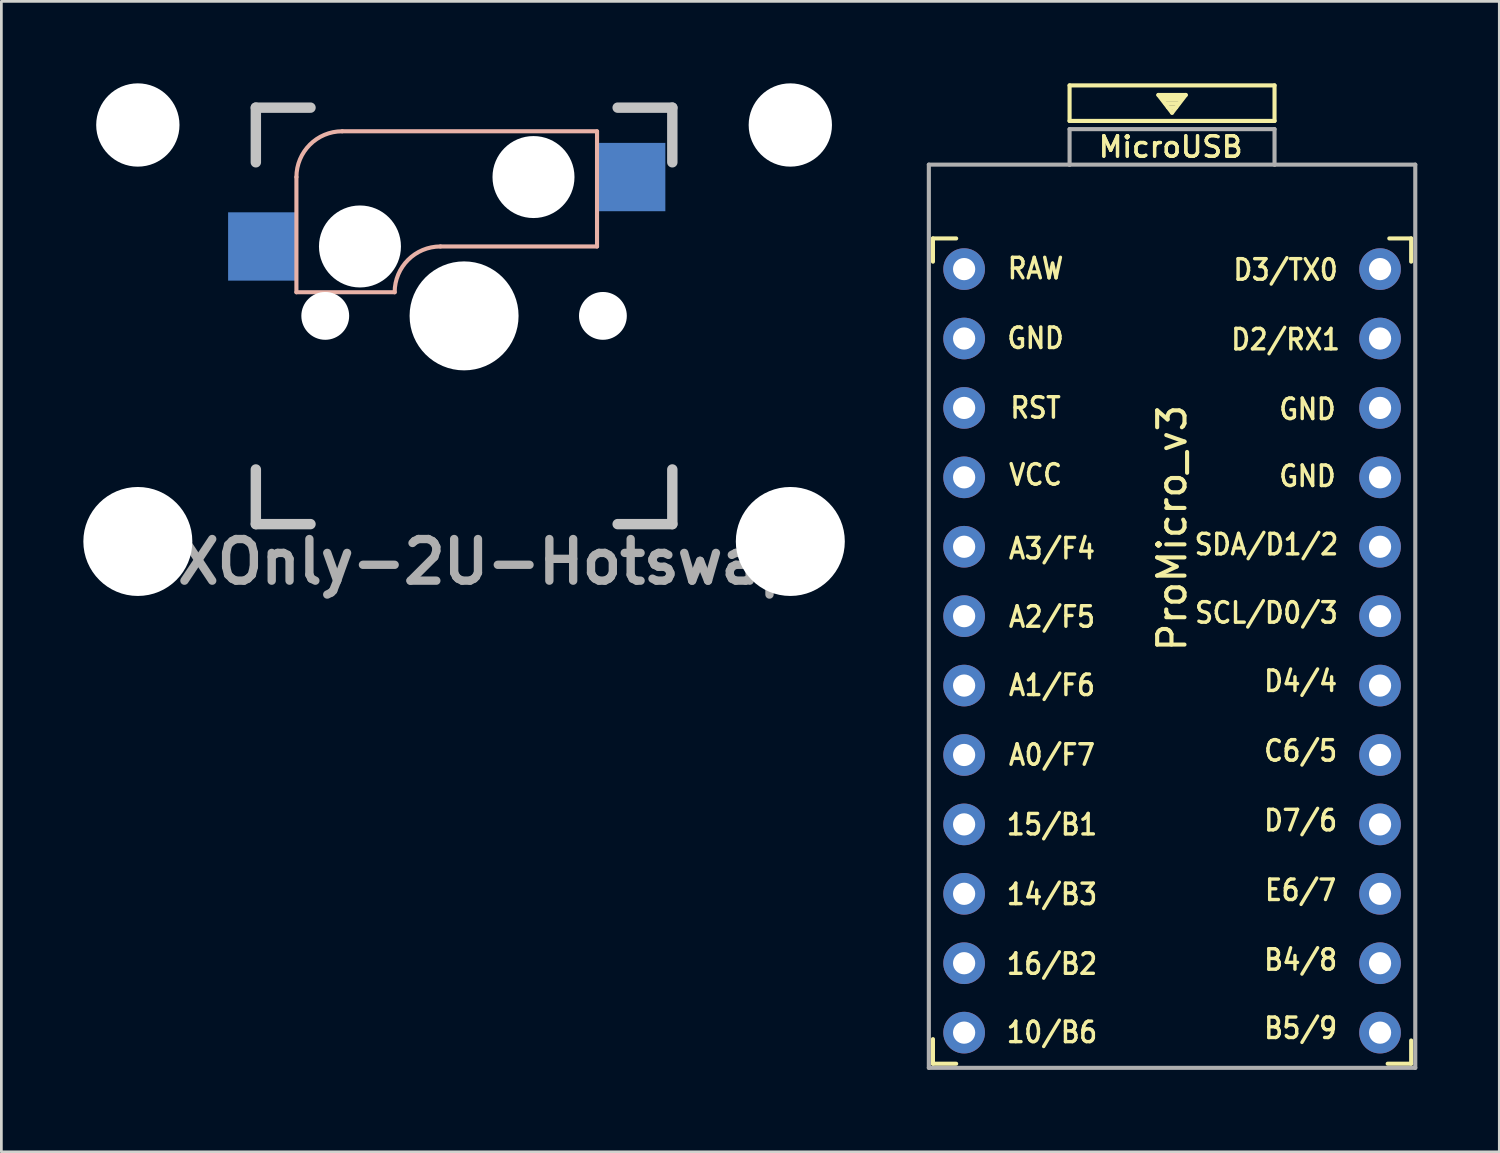
<source format=kicad_pcb>
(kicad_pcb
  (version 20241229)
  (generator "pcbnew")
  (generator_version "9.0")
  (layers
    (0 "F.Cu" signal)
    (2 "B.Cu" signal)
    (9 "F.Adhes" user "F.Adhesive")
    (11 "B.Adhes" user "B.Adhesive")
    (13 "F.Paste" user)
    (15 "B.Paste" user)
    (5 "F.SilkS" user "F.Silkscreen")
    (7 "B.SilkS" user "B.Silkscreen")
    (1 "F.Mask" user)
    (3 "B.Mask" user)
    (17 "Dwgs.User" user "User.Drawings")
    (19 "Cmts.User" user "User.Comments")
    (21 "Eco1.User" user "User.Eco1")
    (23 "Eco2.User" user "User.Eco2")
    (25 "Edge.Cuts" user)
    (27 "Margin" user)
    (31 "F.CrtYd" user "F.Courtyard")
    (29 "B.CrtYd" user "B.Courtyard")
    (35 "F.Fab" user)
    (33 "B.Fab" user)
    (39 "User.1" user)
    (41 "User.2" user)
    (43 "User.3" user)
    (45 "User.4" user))
  (footprint "MXOnly-2U-Hotswap"
    (layer "F.Cu")
    (at 13.932 8.509)
    (property "Reference" "MXOnly-2U-Hotswap" (at 0 9 0) (layer "F.Fab") (effects (font (size 1.524 1.524) (thickness 0.305))))
    (attr smd)
    (fp_line (start -6.135 -5.08) (end -6.135 -0.865) (stroke (width 0.15) (type solid)) (layer "B.SilkS"))
    (fp_line (start -6.135 -0.865) (end -2.54 -0.865) (stroke (width 0.15) (type solid)) (layer "B.SilkS"))
    (fp_line (start -4.46 -6.755) (end 4.865 -6.755) (stroke (width 0.15) (type solid)) (layer "B.SilkS"))
    (fp_line (start -0.865 -2.54) (end 4.865 -2.54) (stroke (width 0.15) (type solid)) (layer "B.SilkS"))
    (fp_line (start 4.865 -6.75) (end 4.865 -2.54) (stroke (width 0.15) (type solid)) (layer "B.SilkS"))
    (fp_arc (start -6.135 -5.08) (mid -5.644404 -6.264404) (end -4.46 -6.755) (stroke (width 0.15) (type solid)) (layer "B.SilkS"))
    (fp_arc (start -2.54 -0.865) (mid -2.049404 -2.049404) (end -0.865 -2.54) (stroke (width 0.15) (type solid)) (layer "B.SilkS"))
    (fp_line (start -7.62 -7.62) (end -7.62 -5.62) (stroke (width 0.381) (type solid)) (layer "Dwgs.User"))
    (fp_line (start -7.62 5.62) (end -7.62 7.62) (stroke (width 0.381) (type solid)) (layer "Dwgs.User"))
    (fp_line (start -7.62 7.62) (end -5.62 7.62) (stroke (width 0.381) (type solid)) (layer "Dwgs.User"))
    (fp_line (start -5.62 -7.62) (end -7.62 -7.62) (stroke (width 0.381) (type solid)) (layer "Dwgs.User"))
    (fp_line (start 5.62 -7.62) (end 7.62 -7.62) (stroke (width 0.381) (type solid)) (layer "Dwgs.User"))
    (fp_line (start 5.62 7.62) (end 7.62 7.62) (stroke (width 0.381) (type solid)) (layer "Dwgs.User"))
    (fp_line (start 7.62 -7.62) (end 7.62 -5.62) (stroke (width 0.381) (type solid)) (layer "Dwgs.User"))
    (fp_line (start 7.62 7.62) (end 7.62 5.62) (stroke (width 0.381) (type solid)) (layer "Dwgs.User"))
    (pad "" np_thru_hole circle (at -11.938 -6.985) (size 3.048 3.048) (drill 3.048) (layers "*.Cu" "*.Mask"))
    (pad "" np_thru_hole circle (at -11.938 8.255) (size 3.988 3.988) (drill 3.988) (layers "*.Cu" "*.Mask"))
    (pad "" np_thru_hole circle (at -5.08 0 48.1) (size 1.75 1.75) (drill 1.75) (layers "*.Cu" "*.Mask"))
    (pad "" np_thru_hole circle (at -3.81 -2.54) (size 3 3) (drill 3) (layers "*.Cu" "*.Mask"))
    (pad "" np_thru_hole circle (at 0 0) (size 3.988 3.988) (drill 3.988) (layers "*.Cu" "*.Mask"))
    (pad "" np_thru_hole circle (at 2.54 -5.08) (size 3 3) (drill 3) (layers "*.Cu" "*.Mask"))
    (pad "" np_thru_hole circle (at 5.08 0 48.1) (size 1.75 1.75) (drill 1.75) (layers "*.Cu" "*.Mask"))
    (pad "" np_thru_hole circle (at 11.938 -6.985) (size 3.048 3.048) (drill 3.048) (layers "*.Cu" "*.Mask"))
    (pad "" np_thru_hole circle (at 11.938 8.255) (size 3.988 3.988) (drill 3.988) (layers "*.Cu" "*.Mask"))
    (pad "1" smd rect (at -7.36 -2.54) (size 2.55 2.5) (layers "B.Cu" "B.Mask" "B.Paste"))
    (pad "2" smd rect (at 6.09 -5.08) (size 2.55 2.5) (layers "B.Cu" "B.Mask" "B.Paste")))
  (footprint "ProMicro_v3"
    (layer "F.Cu")
    (at 39.839 21.275)
    (property "Reference" "ProMicro_v3" (at 0 -5 270) (layer "F.SilkS") (effects (font (size 1 1) (thickness 0.15))))
    (attr through_hole)
    (fp_line (start -8.75 -15.6) (end -8.75 -14.75) (stroke (width 0.15) (type solid)) (layer "F.SilkS"))
    (fp_line (start -8.75 -15.6) (end -7.9 -15.6) (stroke (width 0.15) (type solid)) (layer "F.SilkS"))
    (fp_line (start -8.75 13.7) (end -8.75 14.6) (stroke (width 0.15) (type solid)) (layer "F.SilkS"))
    (fp_line (start -8.75 14.6) (end -7.9 14.6) (stroke (width 0.15) (type solid)) (layer "F.SilkS"))
    (fp_line (start -3.75 -21.2) (end -3.75 -19.9) (stroke (width 0.15) (type solid)) (layer "F.SilkS"))
    (fp_line (start -3.75 -19.9) (end 3.75 -19.9) (stroke (width 0.15) (type solid)) (layer "F.SilkS"))
    (fp_line (start -0.5 -20.85) (end 0.5 -20.85) (stroke (width 0.15) (type solid)) (layer "F.SilkS"))
    (fp_line (start -0.35 -20.7) (end 0.35 -20.7) (stroke (width 0.15) (type solid)) (layer "F.SilkS"))
    (fp_line (start -0.25 -20.55) (end 0.25 -20.55) (stroke (width 0.15) (type solid)) (layer "F.SilkS"))
    (fp_line (start -0.15 -20.4) (end 0.15 -20.4) (stroke (width 0.15) (type solid)) (layer "F.SilkS"))
    (fp_line (start 0 -20.2) (end -0.5 -20.85) (stroke (width 0.15) (type solid)) (layer "F.SilkS"))
    (fp_line (start 0.5 -20.85) (end 0 -20.2) (stroke (width 0.15) (type solid)) (layer "F.SilkS"))
    (fp_line (start 3.75 -21.2) (end -3.75 -21.2) (stroke (width 0.15) (type solid)) (layer "F.SilkS"))
    (fp_line (start 3.75 -19.9) (end 3.75 -21.2) (stroke (width 0.15) (type solid)) (layer "F.SilkS"))
    (fp_line (start 8.75 -15.6) (end 7.95 -15.6) (stroke (width 0.15) (type solid)) (layer "F.SilkS"))
    (fp_line (start 8.75 -15.6) (end 8.75 -14.75) (stroke (width 0.15) (type solid)) (layer "F.SilkS"))
    (fp_line (start 8.75 13.75) (end 8.75 14.6) (stroke (width 0.15) (type solid)) (layer "F.SilkS"))
    (fp_line (start 8.75 14.6) (end 7.89 14.6) (stroke (width 0.15) (type solid)) (layer "F.SilkS"))
    (fp_line (start -8.9 -18.3) (end -3.75 -18.3) (stroke (width 0.15) (type solid)) (layer "F.Fab"))
    (fp_line (start -8.9 14.75) (end -8.9 -18.3) (stroke (width 0.15) (type solid)) (layer "F.Fab"))
    (fp_line (start -3.75 -19.6) (end -3.75 -18.299) (stroke (width 0.15) (type solid)) (layer "F.Fab"))
    (fp_line (start -3.75 -19.6) (end 3.75 -19.6) (stroke (width 0.15) (type solid)) (layer "F.Fab"))
    (fp_line (start -3.75 -18.3) (end 3.75 -18.3) (stroke (width 0.15) (type solid)) (layer "F.Fab"))
    (fp_line (start 3.75 -19.6) (end 3.75 -18.3) (stroke (width 0.15) (type solid)) (layer "F.Fab"))
    (fp_line (start 3.76 -18.3) (end 8.9 -18.3) (stroke (width 0.15) (type solid)) (layer "F.Fab"))
    (fp_line (start 8.9 -18.3) (end 8.9 14.75) (stroke (width 0.15) (type solid)) (layer "F.Fab"))
    (fp_line (start 8.9 14.75) (end -8.9 14.75) (stroke (width 0.15) (type solid)) (layer "F.Fab"))
    (fp_text user "D2/RX1" (at 4.155 -11.9 0) (unlocked yes) (layer "F.SilkS") (effects (font (size 0.75 0.67) (thickness 0.125))))
    (fp_text user "MicroUSB" (at -0.05 -18.95 0) (layer "F.SilkS") (effects (font (size 0.75 0.75) (thickness 0.12))))
    (fp_text user "C6/5" (at 4.705 3.15 0) (unlocked yes) (layer "F.SilkS") (effects (font (size 0.75 0.67) (thickness 0.125))))
    (fp_text user "15/B1" (at -4.395 5.85 0) (unlocked yes) (layer "F.SilkS") (effects (font (size 0.75 0.67) (thickness 0.125))))
    (fp_text user "RAW" (at -4.995 -14.5 0) (unlocked yes) (layer "F.SilkS") (effects (font (size 0.75 0.67) (thickness 0.125))))
    (fp_text user "VCC" (at -4.995 -6.95 0) (unlocked yes) (layer "F.SilkS") (effects (font (size 0.75 0.67) (thickness 0.125))))
    (fp_text user "16/B2" (at -4.395 10.95 0) (unlocked yes) (layer "F.SilkS") (effects (font (size 0.75 0.67) (thickness 0.125))))
    (fp_text user "E6/7" (at 4.705 8.25 0) (unlocked yes) (layer "F.SilkS") (effects (font (size 0.75 0.67) (thickness 0.125))))
    (fp_text user "GND" (at -4.995 -11.95 0) (unlocked yes) (layer "F.SilkS") (effects (font (size 0.75 0.67) (thickness 0.125))))
    (fp_text user "A1/F6" (at -4.395 0.75 0) (unlocked yes) (layer "F.SilkS") (effects (font (size 0.75 0.67) (thickness 0.125))))
    (fp_text user "A2/F5" (at -4.395 -1.75 0) (unlocked yes) (layer "F.SilkS") (effects (font (size 0.75 0.67) (thickness 0.125))))
    (fp_text user "MicroUSB" (at -0.05 -18.95 0) (layer "F.SilkS") (effects (font (size 0.75 0.75) (thickness 0.12))))
    (fp_text user "SDA/D1/2" (at 3.455 -4.4 0) (unlocked yes) (layer "F.SilkS") (effects (font (size 0.75 0.67) (thickness 0.125))))
    (fp_text user "D3/TX0" (at 4.155 -14.45 0) (unlocked yes) (layer "F.SilkS") (effects (font (size 0.75 0.67) (thickness 0.125))))
    (fp_text user "D7/6" (at 4.705 5.7 0) (unlocked yes) (layer "F.SilkS") (effects (font (size 0.75 0.67) (thickness 0.125))))
    (fp_text user "B5/9" (at 4.705 13.3 0) (unlocked yes) (layer "F.SilkS") (effects (font (size 0.75 0.67) (thickness 0.125))))
    (fp_text user "10/B6" (at -4.395 13.45 0) (unlocked yes) (layer "F.SilkS") (effects (font (size 0.75 0.67) (thickness 0.125))))
    (fp_text user "GND" (at 4.955 -9.35 0) (unlocked yes) (layer "F.SilkS") (effects (font (size 0.75 0.67) (thickness 0.125))))
    (fp_text user "GND" (at 4.955 -6.9 0) (unlocked yes) (layer "F.SilkS") (effects (font (size 0.75 0.67) (thickness 0.125))))
    (fp_text user "A3/F4" (at -4.395 -4.25 0) (unlocked yes) (layer "F.SilkS") (effects (font (size 0.75 0.67) (thickness 0.125))))
    (fp_text user "B4/8" (at 4.705 10.8 0) (unlocked yes) (layer "F.SilkS") (effects (font (size 0.75 0.67) (thickness 0.125))))
    (fp_text user "14/B3" (at -4.395 8.4 0) (unlocked yes) (layer "F.SilkS") (effects (font (size 0.75 0.67) (thickness 0.125))))
    (fp_text user "D4/4" (at 4.705 0.6 0) (unlocked yes) (layer "F.SilkS") (effects (font (size 0.75 0.67) (thickness 0.125))))
    (fp_text user "RST" (at -4.995 -9.4 0) (unlocked yes) (layer "F.SilkS") (effects (font (size 0.75 0.67) (thickness 0.125))))
    (fp_text user "A0/F7" (at -4.395 3.3 0) (unlocked yes) (layer "F.SilkS") (effects (font (size 0.75 0.67) (thickness 0.125))))
    (fp_text user "SCL/D0/3" (at 3.455 -1.9 0) (unlocked yes) (layer "F.SilkS") (effects (font (size 0.75 0.67) (thickness 0.125))))
    (pad "1" thru_hole circle (at 7.611 -14.478) (size 1.524 1.524) (drill 0.813) (layers "*.Cu" "B.Mask"))
    (pad "2" thru_hole circle (at 7.611 -11.938) (size 1.524 1.524) (drill 0.813) (layers "*.Cu" "B.Mask"))
    (pad "3" thru_hole circle (at 7.611 -9.398) (size 1.524 1.524) (drill 0.813) (layers "*.Cu" "B.Mask"))
    (pad "4" thru_hole circle (at 7.611 -6.858) (size 1.524 1.524) (drill 0.813) (layers "*.Cu" "B.Mask"))
    (pad "5" thru_hole circle (at 7.611 -4.318) (size 1.524 1.524) (drill 0.813) (layers "*.Cu" "B.Mask"))
    (pad "6" thru_hole circle (at 7.611 -1.778) (size 1.524 1.524) (drill 0.813) (layers "*.Cu" "B.Mask"))
    (pad "7" thru_hole circle (at 7.611 0.762) (size 1.524 1.524) (drill 0.813) (layers "*.Cu" "B.Mask"))
    (pad "8" thru_hole circle (at 7.611 3.302) (size 1.524 1.524) (drill 0.813) (layers "*.Cu" "B.Mask"))
    (pad "9" thru_hole circle (at 7.611 5.842) (size 1.524 1.524) (drill 0.813) (layers "*.Cu" "B.Mask"))
    (pad "10" thru_hole circle (at 7.611 8.382) (size 1.524 1.524) (drill 0.813) (layers "*.Cu" "B.Mask"))
    (pad "11" thru_hole circle (at 7.611 10.922) (size 1.524 1.524) (drill 0.813) (layers "*.Cu" "B.Mask"))
    (pad "12" thru_hole circle (at 7.611 13.462) (size 1.524 1.524) (drill 0.813) (layers "*.Cu" "B.Mask"))
    (pad "13" thru_hole circle (at -7.609 13.462) (size 1.524 1.524) (drill 0.813) (layers "*.Cu" "B.Mask"))
    (pad "14" thru_hole circle (at -7.609 10.922) (size 1.524 1.524) (drill 0.813) (layers "*.Cu" "B.Mask"))
    (pad "15" thru_hole circle (at -7.609 8.382) (size 1.524 1.524) (drill 0.813) (layers "*.Cu" "B.Mask"))
    (pad "16" thru_hole circle (at -7.609 5.842) (size 1.524 1.524) (drill 0.813) (layers "*.Cu" "B.Mask"))
    (pad "17" thru_hole circle (at -7.609 3.302) (size 1.524 1.524) (drill 0.813) (layers "*.Cu" "B.Mask"))
    (pad "18" thru_hole circle (at -7.609 0.762) (size 1.524 1.524) (drill 0.813) (layers "*.Cu" "B.Mask"))
    (pad "19" thru_hole circle (at -7.609 -1.778) (size 1.524 1.524) (drill 0.813) (layers "*.Cu" "B.Mask"))
    (pad "20" thru_hole circle (at -7.609 -4.318) (size 1.524 1.524) (drill 0.813) (layers "*.Cu" "B.Mask"))
    (pad "21" thru_hole circle (at -7.609 -6.858) (size 1.524 1.524) (drill 0.813) (layers "*.Cu" "B.Mask"))
    (pad "22" thru_hole circle (at -7.609 -9.398) (size 1.524 1.524) (drill 0.813) (layers "*.Cu" "B.Mask"))
    (pad "23" thru_hole circle (at -7.609 -11.938) (size 1.524 1.524) (drill 0.813) (layers "*.Cu" "B.Mask"))
    (pad "24" thru_hole circle (at -7.609 -14.478) (size 1.524 1.524) (drill 0.813) (layers "*.Cu" "B.Mask")))
  (gr_rect
    (start -3 -3)
    (end 51.814 39.1)
    (stroke (width 0.1) (type default))
    (fill no)
    (layer "Edge.Cuts")))
</source>
